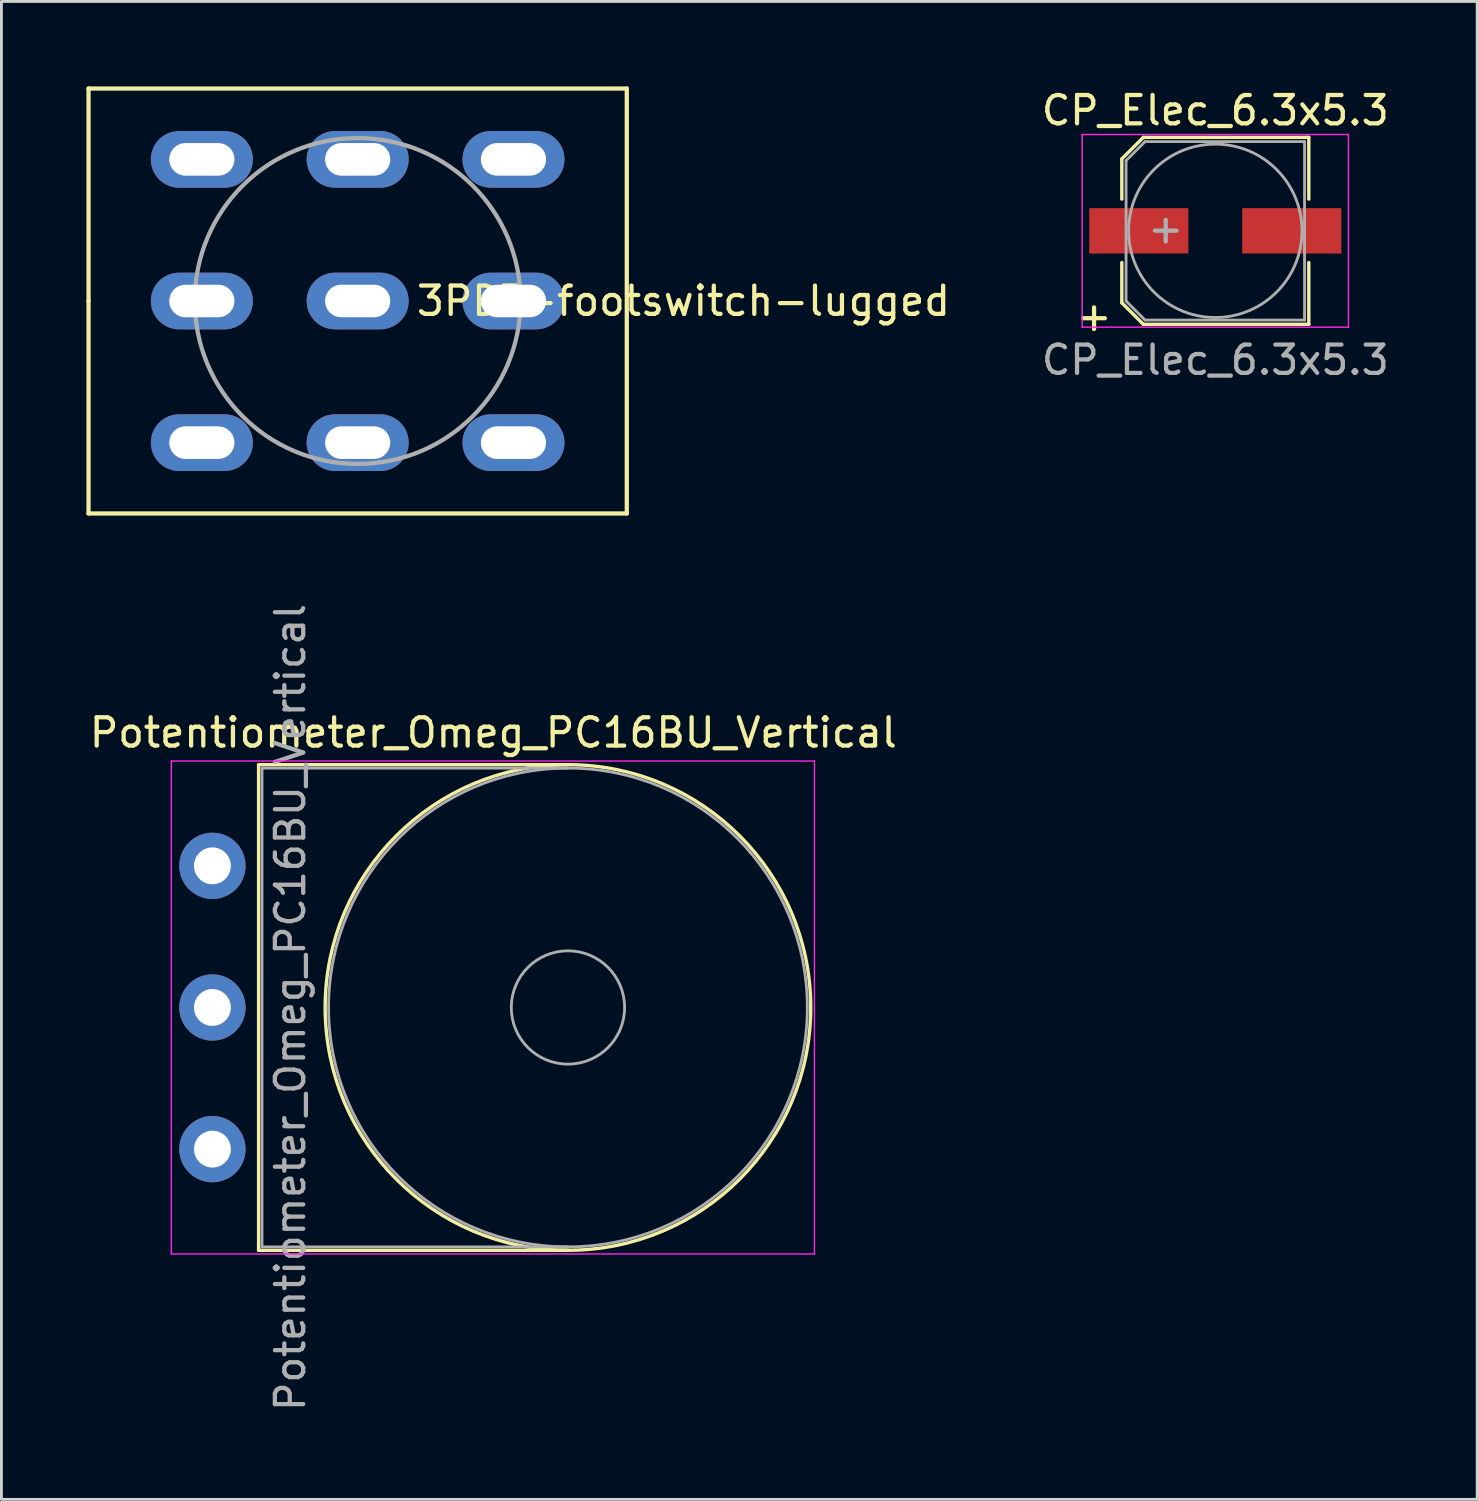
<source format=kicad_pcb>
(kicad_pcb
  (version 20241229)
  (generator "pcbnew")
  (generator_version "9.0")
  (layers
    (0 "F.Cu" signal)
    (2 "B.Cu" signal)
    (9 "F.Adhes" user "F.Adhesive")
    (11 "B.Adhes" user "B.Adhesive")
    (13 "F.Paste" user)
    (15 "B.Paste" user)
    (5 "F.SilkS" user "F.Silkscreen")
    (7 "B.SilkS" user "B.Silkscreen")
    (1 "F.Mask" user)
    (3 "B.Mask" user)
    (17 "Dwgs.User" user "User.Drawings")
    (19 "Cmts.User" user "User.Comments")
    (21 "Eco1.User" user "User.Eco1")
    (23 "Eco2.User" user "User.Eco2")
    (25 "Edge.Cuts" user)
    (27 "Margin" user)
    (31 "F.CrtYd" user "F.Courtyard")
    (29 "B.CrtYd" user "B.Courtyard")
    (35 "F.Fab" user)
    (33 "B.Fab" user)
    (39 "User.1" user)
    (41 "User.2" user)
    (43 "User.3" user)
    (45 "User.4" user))
  (footprint "CP_Elec_6.3x5.3"
    (placed yes)
    (layer "F.Cu")
    (at 39.849 5.098)
    (property "Reference" "CP_Elec_6.3x5.3" (at 0 -4.25 0) (layer "F.SilkS") (effects (font (size 1 1) (thickness 0.15))))
    (attr smd)
    (fp_line (start -3.3 -2.54) (end -3.3 -1.12) (stroke (width 0.12) (type solid)) (layer "F.SilkS"))
    (fp_line (start -3.3 -2.54) (end -2.54 -3.3) (stroke (width 0.12) (type solid)) (layer "F.SilkS"))
    (fp_line (start -3.3 2.54) (end -3.3 1.12) (stroke (width 0.12) (type solid)) (layer "F.SilkS"))
    (fp_line (start -2.54 -3.3) (end 3.3 -3.3) (stroke (width 0.12) (type solid)) (layer "F.SilkS"))
    (fp_line (start -2.54 3.3) (end -3.3 2.54) (stroke (width 0.12) (type solid)) (layer "F.SilkS"))
    (fp_line (start 3.3 -3.3) (end 3.3 -1.12) (stroke (width 0.12) (type solid)) (layer "F.SilkS"))
    (fp_line (start 3.3 3.3) (end -2.54 3.3) (stroke (width 0.12) (type solid)) (layer "F.SilkS"))
    (fp_line (start 3.3 3.3) (end 3.3 1.12) (stroke (width 0.12) (type solid)) (layer "F.SilkS"))
    (fp_line (start -4.7 -3.4) (end -4.7 3.4) (stroke (width 0.05) (type solid)) (layer "F.CrtYd"))
    (fp_line (start -4.7 -3.4) (end 4.7 -3.4) (stroke (width 0.05) (type solid)) (layer "F.CrtYd"))
    (fp_line (start 4.7 3.4) (end -4.7 3.4) (stroke (width 0.05) (type solid)) (layer "F.CrtYd"))
    (fp_line (start 4.7 3.4) (end 4.7 -3.4) (stroke (width 0.05) (type solid)) (layer "F.CrtYd"))
    (fp_line (start -3.15 -2.48) (end -3.15 2.48) (stroke (width 0.1) (type solid)) (layer "F.Fab"))
    (fp_line (start -3.15 2.48) (end -2.48 3.15) (stroke (width 0.1) (type solid)) (layer "F.Fab"))
    (fp_line (start -2.48 -3.15) (end -3.15 -2.48) (stroke (width 0.1) (type solid)) (layer "F.Fab"))
    (fp_line (start -2.48 3.15) (end 3.15 3.15) (stroke (width 0.1) (type solid)) (layer "F.Fab"))
    (fp_line (start 3.15 -3.15) (end -2.48 -3.15) (stroke (width 0.1) (type solid)) (layer "F.Fab"))
    (fp_line (start 3.15 3.15) (end 3.15 -3.15) (stroke (width 0.1) (type solid)) (layer "F.Fab"))
    (fp_circle (center 0 0) (end 0.6 3) (stroke (width 0.1) (type solid)) (fill no) (layer "F.Fab"))
    (fp_text user "+" (at -4.28 3.01 0) (layer "F.SilkS") (effects (font (size 1 1) (thickness 0.15))))
    (fp_text user "${REFERENCE}" (at 0 4.56 0) (layer "F.Fab") (effects (font (size 1 1) (thickness 0.15))))
    (fp_text user "+" (at -1.75 -0.08 0) (layer "F.Fab") (effects (font (size 1 1) (thickness 0.15))))
    (pad "1" smd rect (at -2.7 0 180) (size 3.5 1.6) (layers "F.Cu" "F.Mask" "F.Paste"))
    (pad "2" smd rect (at 2.7 0 180) (size 3.5 1.6) (layers "F.Cu" "F.Mask" "F.Paste")))
  (footprint "Potentiometer_Omeg_PC16BU_Vertical"
    (layer "F.Cu")
    (at 4.448 37.513)
    (property "Reference" "Potentiometer_Omeg_PC16BU_Vertical" (at 9.915 -14.7 0) (layer "F.SilkS") (effects (font (size 1 1) (thickness 0.15))))
    (attr through_hole)
    (fp_line (start 1.63 -13.57) (end 1.63 3.57) (stroke (width 0.12) (type solid)) (layer "F.SilkS"))
    (fp_line (start 1.63 -13.57) (end 12.55 -13.57) (stroke (width 0.12) (type solid)) (layer "F.SilkS"))
    (fp_line (start 1.63 3.57) (end 12.55 3.57) (stroke (width 0.12) (type solid)) (layer "F.SilkS"))
    (fp_circle (center 12.55 -5) (end 21.12 -5) (stroke (width 0.12) (type solid)) (fill no) (layer "F.SilkS"))
    (fp_line (start -1.45 -13.7) (end -1.45 3.7) (stroke (width 0.05) (type solid)) (layer "F.CrtYd"))
    (fp_line (start -1.45 3.7) (end 21.25 3.7) (stroke (width 0.05) (type solid)) (layer "F.CrtYd"))
    (fp_line (start 21.25 -13.7) (end -1.45 -13.7) (stroke (width 0.05) (type solid)) (layer "F.CrtYd"))
    (fp_line (start 21.25 3.7) (end 21.25 -13.7) (stroke (width 0.05) (type solid)) (layer "F.CrtYd"))
    (fp_line (start 1.75 -13.45) (end 1.75 3.45) (stroke (width 0.1) (type solid)) (layer "F.Fab"))
    (fp_line (start 1.75 3.45) (end 12.55 3.45) (stroke (width 0.1) (type solid)) (layer "F.Fab"))
    (fp_line (start 12.55 -13.45) (end 1.75 -13.45) (stroke (width 0.1) (type solid)) (layer "F.Fab"))
    (fp_circle (center 12.55 -5) (end 14.55 -5) (stroke (width 0.1) (type solid)) (fill no) (layer "F.Fab"))
    (fp_circle (center 12.55 -5) (end 21 -5) (stroke (width 0.1) (type solid)) (fill no) (layer "F.Fab"))
    (fp_text user "${REFERENCE}" (at 2.75 -5 90) (layer "F.Fab") (effects (font (size 1 1) (thickness 0.15))))
    (pad "1" thru_hole circle (at 0 0) (size 2.34 2.34) (drill 1.3) (layers "*.Cu" "*.Mask"))
    (pad "2" thru_hole circle (at 0 -5) (size 2.34 2.34) (drill 1.3) (layers "*.Cu" "*.Mask"))
    (pad "3" thru_hole circle (at 0 -10) (size 2.34 2.34) (drill 1.3) (layers "*.Cu" "*.Mask")))
  (footprint "3PDT-footswitch-lugged"
    (layer "F.Cu")
    (at 9.575 7.575)
    (property "Reference" "3PDT-footswitch-lugged" (at 11.5 0 0) (layer "F.SilkS") (effects (font (size 1 1) (thickness 0.15))))
    (attr through_hole)
    (fp_line (start -9.5 -7.5) (end -9.5 0) (stroke (width 0.15) (type solid)) (layer "F.SilkS"))
    (fp_line (start -9.5 0) (end -9.5 7.5) (stroke (width 0.15) (type solid)) (layer "F.SilkS"))
    (fp_line (start -9.5 7.5) (end 9.5 7.5) (stroke (width 0.15) (type solid)) (layer "F.SilkS"))
    (fp_line (start 9.5 -7.5) (end -9.5 -7.5) (stroke (width 0.15) (type solid)) (layer "F.SilkS"))
    (fp_line (start 9.5 7.5) (end 9.5 -7.5) (stroke (width 0.15) (type solid)) (layer "F.SilkS"))
    (fp_circle (center 0 0) (end 0 -5.75) (stroke (width 0.15) (type solid)) (fill no) (layer "F.Fab"))
    (pad "1" thru_hole oval (at -5.5 -5 270) (size 2 3.6) (drill oval 1.15 2.3) (layers "*.Cu" "*.Mask"))
    (pad "2" thru_hole oval (at -5.5 0 270) (size 2 3.6) (drill oval 1.15 2.3) (layers "*.Cu" "*.Mask"))
    (pad "3" thru_hole oval (at -5.5 5 270) (size 2 3.6) (drill oval 1.15 2.3) (layers "*.Cu" "*.Mask"))
    (pad "4" thru_hole oval (at 0 -5 270) (size 2 3.6) (drill oval 1.15 2.3) (layers "*.Cu" "*.Mask"))
    (pad "5" thru_hole oval (at 0 0 270) (size 2 3.6) (drill oval 1.15 2.3) (layers "*.Cu" "*.Mask"))
    (pad "6" thru_hole oval (at 0 5 270) (size 2 3.6) (drill oval 1.15 2.3) (layers "*.Cu" "*.Mask"))
    (pad "7" thru_hole oval (at 5.5 -5 270) (size 2 3.6) (drill oval 1.15 2.3) (layers "*.Cu" "*.Mask"))
    (pad "8" thru_hole oval (at 5.5 0 270) (size 2 3.6) (drill oval 1.15 2.3) (layers "*.Cu" "*.Mask"))
    (pad "9" thru_hole oval (at 5.5 5 270) (size 2 3.6) (drill oval 1.15 2.3) (layers "*.Cu" "*.Mask")))
  (gr_rect
    (start -3 -3)
    (end 49.093 49.876)
    (stroke (width 0.1) (type default))
    (fill no)
    (layer "Edge.Cuts")))
</source>
